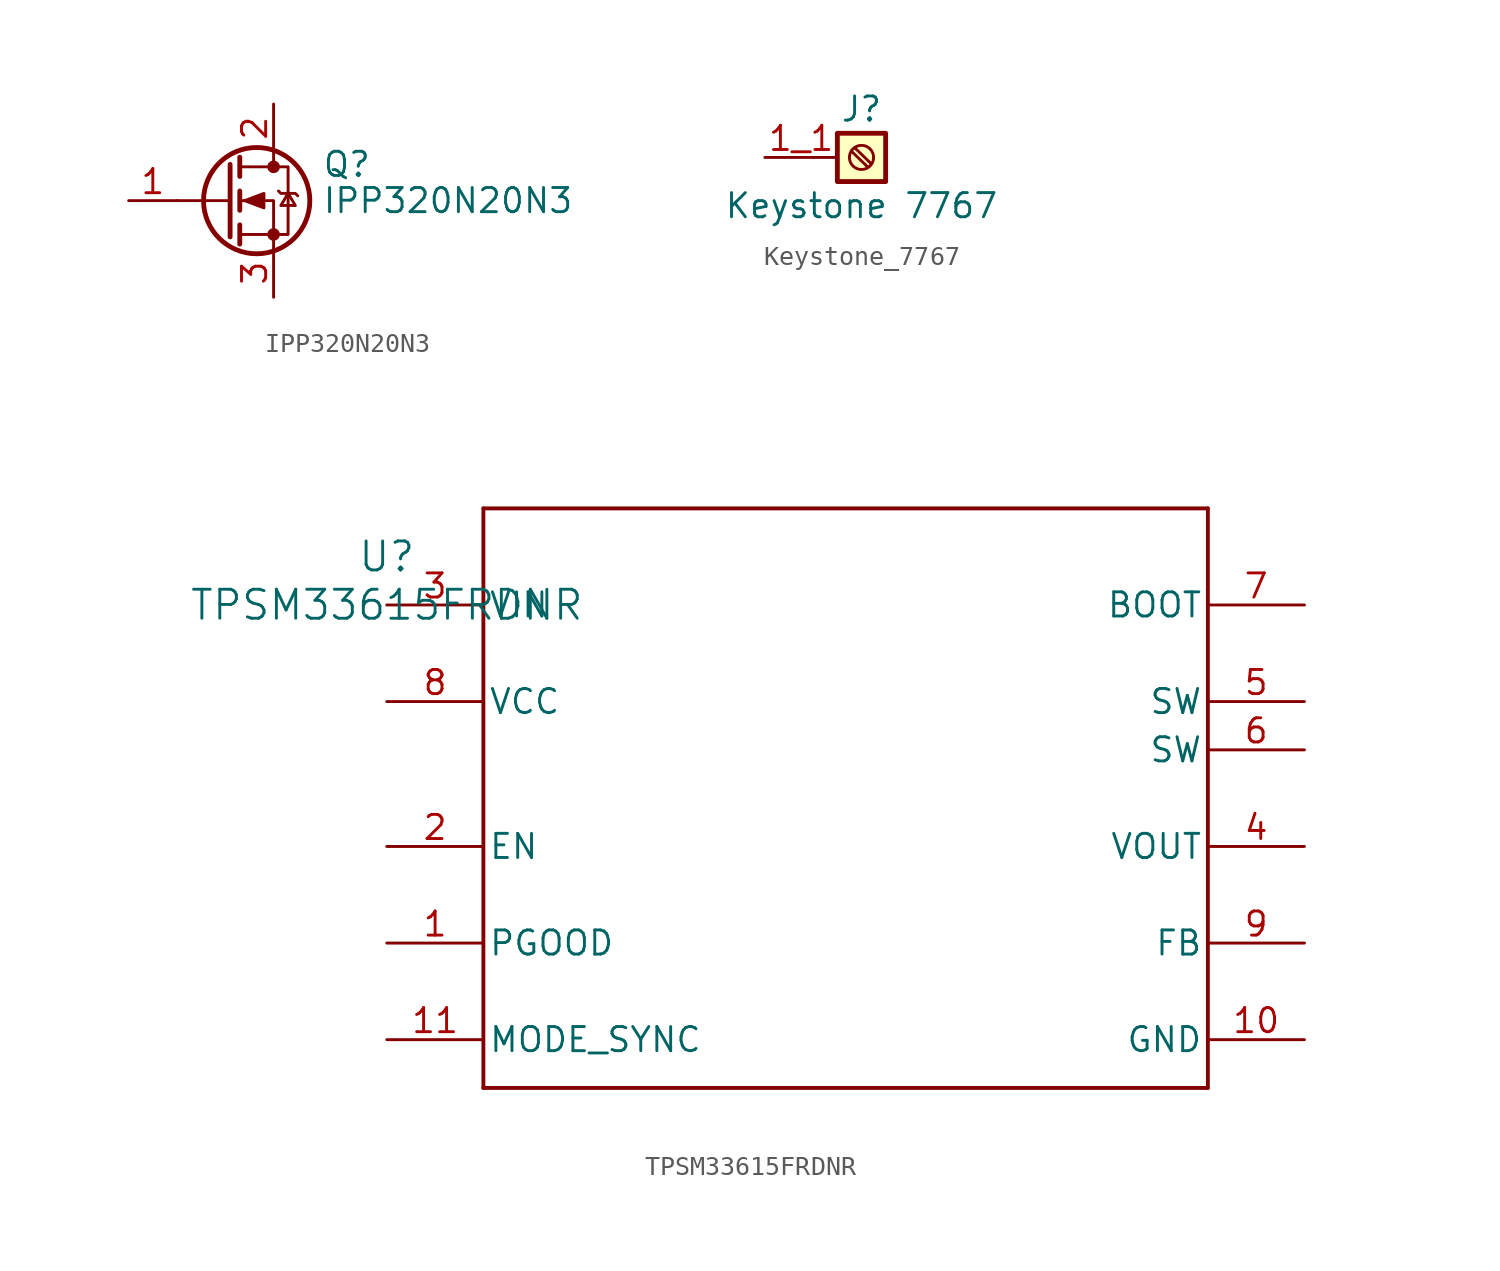
<source format=kicad_sym>
(kicad_symbol_lib
  (version 20231120)
  (generator "kicad_symbol_editor")
  (generator_version "8.0")
  (symbol "IPP320N20N3"
    (pin_names hide)
    (property "Reference" "Q"
      (at 5.08 1.905 0)
      (effects (font (size 1.27 1.27)) (justify left)))
    (property "Value" "IPP320N20N3"
      (at 5.08 0 0)
      (effects (font (size 1.27 1.27)) (justify left)))
    (symbol "IPP320N20N3_0_1"
      (polyline (pts (xy 0.254 0) (xy -2.54 0)) (stroke (width 0) (type default)) (fill (type none)))
      (polyline (pts (xy 0.254 1.905) (xy 0.254 -1.905)) (stroke (width 0.254) (type default)) (fill (type none)))
      (polyline (pts (xy 0.762 -1.27) (xy 0.762 -2.286)) (stroke (width 0.254) (type default)) (fill (type none)))
      (polyline (pts (xy 0.762 0.508) (xy 0.762 -0.508)) (stroke (width 0.254) (type default)) (fill (type none)))
      (polyline (pts (xy 0.762 2.286) (xy 0.762 1.27)) (stroke (width 0.254) (type default)) (fill (type none)))
      (polyline (pts (xy 2.54 2.54) (xy 2.54 1.778)) (stroke (width 0) (type default)) (fill (type none)))
      (polyline (pts (xy 2.54 -2.54) (xy 2.54 0) (xy 0.762 0)) (stroke (width 0) (type default)) (fill (type none)))
      (polyline (pts (xy 0.762 -1.778) (xy 3.302 -1.778) (xy 3.302 1.778) (xy 0.762 1.778)) (stroke (width 0) (type default)) (fill (type none)))
      (polyline (pts (xy 1.016 0) (xy 2.032 0.381) (xy 2.032 -0.381) (xy 1.016 0)) (stroke (width 0) (type default)) (fill (type outline)))
      (polyline (pts (xy 2.794 0.508) (xy 2.921 0.381) (xy 3.683 0.381) (xy 3.81 0.254)) (stroke (width 0) (type default)) (fill (type none)))
      (polyline (pts (xy 3.302 0.381) (xy 2.921 -0.254) (xy 3.683 -0.254) (xy 3.302 0.381)) (stroke (width 0) (type default)) (fill (type none)))
      (circle (center 1.651 0) (radius 2.794) (stroke (width 0.254) (type default)) (fill (type none)))
      (circle (center 2.54 -1.778) (radius 0.254) (stroke (width 0) (type default)) (fill (type outline)))
      (circle (center 2.54 1.778) (radius 0.254) (stroke (width 0) (type default)) (fill (type outline))))
    (symbol "IPP320N20N3_1_1"
      (pin input line (at -5.08 0 0) (length 2.54) (name "G" (effects (font (size 1.27 1.27)))) (number "1" (effects (font (size 1.27 1.27)))))
      (pin passive line (at 2.54 5.08 270) (length 2.54) (name "D" (effects (font (size 1.27 1.27)))) (number "2" (effects (font (size 1.27 1.27)))))
      (pin passive line (at 2.54 -5.08 90) (length 2.54) (name "S" (effects (font (size 1.27 1.27)))) (number "3" (effects (font (size 1.27 1.27)))))))
  (symbol "Keystone_7767"
    (pin_names
      (offset 1.016) hide)
    (property "Reference" "J"
      (at 0 2.54 0)
      (effects (font (size 1.27 1.27))))
    (property "Value" "Keystone 7767"
      (at 0 -2.54 0)
      (effects (font (size 1.27 1.27))))
    (symbol "Keystone_7767_1_1"
      (rectangle (start -1.27 1.27) (end 1.27 -1.27) (stroke (width 0.254) (type default)) (fill (type background)))
      (polyline (pts (xy -0.533 0.33) (xy 0.33 -0.508)) (stroke (width 0.152) (type default)) (fill (type none)))
      (polyline (pts (xy -0.356 0.508) (xy 0.508 -0.33)) (stroke (width 0.152) (type default)) (fill (type none)))
      (circle (center 0 0) (radius 0.635) (stroke (width 0.152) (type default)) (fill (type none)))
      (pin passive line (at -5.08 0 0) (length 3.81) (name "Pin_1" (effects (font (size 1.27 1.27)))) (number "1_1" (effects (font (size 1.27 1.27)))))
      (pin passive line (at -5.08 0 0) (length 3.81) hide (name "Pin_1" (effects (font (size 1.27 1.27)))) (number "1_2" (effects (font (size 1.27 1.27)))))
      (pin passive line (at -5.08 0 0) (length 3.81) hide (name "Pin_1" (effects (font (size 1.27 1.27)))) (number "1_3" (effects (font (size 1.27 1.27)))))
      (pin passive line (at -5.08 0 0) (length 3.81) hide (name "Pin_1" (effects (font (size 1.27 1.27)))) (number "1_4" (effects (font (size 1.27 1.27)))))))
  (symbol "TPSM33615FRDNR"
    (pin_names
      (offset 0.254))
    (property "Reference" "U"
      (at 0 2.54 0)
      (effects (font (size 1.524 1.524))))
    (property "Value" "TPSM33615FRDNR"
      (at 0 0 0)
      (effects (font (size 1.524 1.524))))
    (symbol "TPSM33615FRDNR_1_1"
      (polyline (pts (xy 5.08 -25.4) (xy 43.18 -25.4)) (stroke (width 0.203) (type default)) (fill (type none)))
      (polyline (pts (xy 5.08 5.08) (xy 5.08 -25.4)) (stroke (width 0.203) (type default)) (fill (type none)))
      (polyline (pts (xy 43.18 -25.4) (xy 43.18 5.08)) (stroke (width 0.203) (type default)) (fill (type none)))
      (polyline (pts (xy 43.18 5.08) (xy 5.08 5.08)) (stroke (width 0.203) (type default)) (fill (type none)))
      (pin open_collector line (at 0 -17.78 0) (length 5.08) (name "PGOOD" (effects (font (size 1.27 1.27)))) (number "1" (effects (font (size 1.27 1.27)))))
      (pin power_in line (at 48.26 -22.86 180) (length 5.08) (name "GND" (effects (font (size 1.27 1.27)))) (number "10" (effects (font (size 1.27 1.27)))))
      (pin input line (at 0 -22.86 0) (length 5.08) (name "MODE_SYNC" (effects (font (size 1.27 1.27)))) (number "11" (effects (font (size 1.27 1.27)))))
      (pin input line (at 0 -12.7 0) (length 5.08) (name "EN" (effects (font (size 1.27 1.27)))) (number "2" (effects (font (size 1.27 1.27)))))
      (pin power_in line (at 0 0 0) (length 5.08) (name "VIN" (effects (font (size 1.27 1.27)))) (number "3" (effects (font (size 1.27 1.27)))))
      (pin unspecified line (at 48.26 -12.7 180) (length 5.08) (name "VOUT" (effects (font (size 1.27 1.27)))) (number "4" (effects (font (size 1.27 1.27)))))
      (pin unspecified line (at 48.26 -5.08 180) (length 5.08) (name "SW" (effects (font (size 1.27 1.27)))) (number "5" (effects (font (size 1.27 1.27)))))
      (pin unspecified line (at 48.26 -7.62 180) (length 5.08) (name "SW" (effects (font (size 1.27 1.27)))) (number "6" (effects (font (size 1.27 1.27)))))
      (pin unspecified line (at 48.26 0 180) (length 5.08) (name "BOOT" (effects (font (size 1.27 1.27)))) (number "7" (effects (font (size 1.27 1.27)))))
      (pin power_in line (at 0 -5.08 0) (length 5.08) (name "VCC" (effects (font (size 1.27 1.27)))) (number "8" (effects (font (size 1.27 1.27)))))
      (pin unspecified line (at 48.26 -17.78 180) (length 5.08) (name "FB" (effects (font (size 1.27 1.27)))) (number "9" (effects (font (size 1.27 1.27))))))))
</source>
